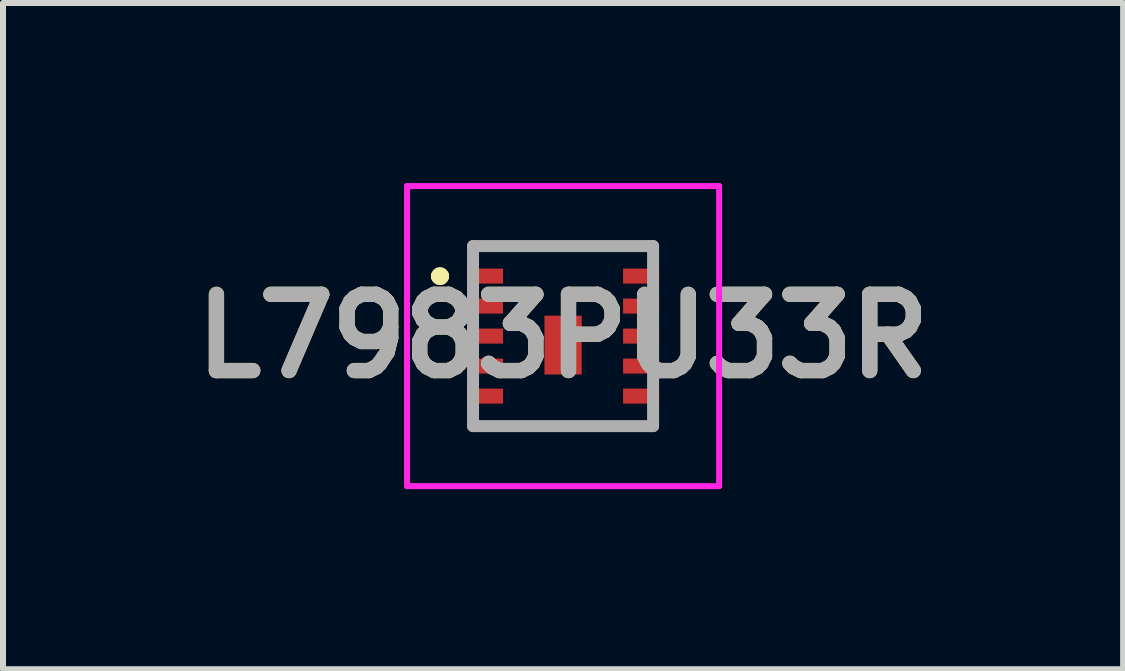
<source format=kicad_pcb>
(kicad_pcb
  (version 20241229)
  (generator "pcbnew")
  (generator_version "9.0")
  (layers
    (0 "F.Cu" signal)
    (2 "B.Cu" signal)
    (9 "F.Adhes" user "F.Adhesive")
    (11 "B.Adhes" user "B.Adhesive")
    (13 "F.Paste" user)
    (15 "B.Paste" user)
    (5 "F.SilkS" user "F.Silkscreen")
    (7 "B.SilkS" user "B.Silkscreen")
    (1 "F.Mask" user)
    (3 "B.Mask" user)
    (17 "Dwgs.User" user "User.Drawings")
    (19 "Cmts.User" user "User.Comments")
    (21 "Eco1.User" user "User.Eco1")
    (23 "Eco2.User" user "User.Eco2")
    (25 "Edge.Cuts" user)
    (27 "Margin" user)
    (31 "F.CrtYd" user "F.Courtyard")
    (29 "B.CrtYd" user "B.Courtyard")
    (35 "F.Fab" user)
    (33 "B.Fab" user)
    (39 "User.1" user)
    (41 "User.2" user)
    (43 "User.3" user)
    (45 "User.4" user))
  (footprint "L7983PU33R"
    (layer "F.Cu")
    (at 6.332 2.55)
    (property "Reference" "L7983PU33R" (at 0 0 0) (layer "F.SilkS") (effects (font (size 1.27 1.27) (thickness 0.254))))
    (attr smd)
    (fp_line (start -2.1 -1) (end -2.1 -1) (stroke (width 0.2) (type solid)) (layer "F.SilkS"))
    (fp_line (start -2.1 -1) (end -2.1 -1) (stroke (width 0.2) (type solid)) (layer "F.SilkS"))
    (fp_line (start -2 -1) (end -2 -1) (stroke (width 0.2) (type solid)) (layer "F.SilkS"))
    (fp_line (start -1.5 -1.5) (end -1.5 -1.5) (stroke (width 0.1) (type solid)) (layer "F.SilkS"))
    (fp_line (start -1.5 -1.5) (end 1.5 -1.5) (stroke (width 0.1) (type solid)) (layer "F.SilkS"))
    (fp_line (start -1.5 1.5) (end -1.5 1.5) (stroke (width 0.1) (type solid)) (layer "F.SilkS"))
    (fp_line (start -1.5 1.5) (end 1.5 1.5) (stroke (width 0.1) (type solid)) (layer "F.SilkS"))
    (fp_line (start 1.5 -1.5) (end -1.5 -1.5) (stroke (width 0.1) (type solid)) (layer "F.SilkS"))
    (fp_line (start 1.5 -1.5) (end 1.5 -1.5) (stroke (width 0.1) (type solid)) (layer "F.SilkS"))
    (fp_line (start 1.5 1.5) (end -1.5 1.5) (stroke (width 0.1) (type solid)) (layer "F.SilkS"))
    (fp_line (start 1.5 1.5) (end 1.5 1.5) (stroke (width 0.1) (type solid)) (layer "F.SilkS"))
    (fp_arc (start -2.1 -1) (mid -2.05 -1.05) (end -2 -1) (stroke (width 0.2) (type solid)) (layer "F.SilkS"))
    (fp_arc (start -2 -1) (mid -2.05 -0.95) (end -2.1 -1) (stroke (width 0.2) (type solid)) (layer "F.SilkS"))
    (fp_arc (start -2 -1) (mid -2.05 -0.95) (end -2.1 -1) (stroke (width 0.2) (type solid)) (layer "F.SilkS"))
    (fp_line (start -2.6 -2.5) (end 2.6 -2.5) (stroke (width 0.1) (type solid)) (layer "F.CrtYd"))
    (fp_line (start -2.6 2.5) (end -2.6 -2.5) (stroke (width 0.1) (type solid)) (layer "F.CrtYd"))
    (fp_line (start 2.6 -2.5) (end 2.6 2.5) (stroke (width 0.1) (type solid)) (layer "F.CrtYd"))
    (fp_line (start 2.6 2.5) (end -2.6 2.5) (stroke (width 0.1) (type solid)) (layer "F.CrtYd"))
    (fp_line (start -1.5 -1.5) (end -1.5 1.5) (stroke (width 0.2) (type solid)) (layer "F.Fab"))
    (fp_line (start -1.5 1.5) (end 1.5 1.5) (stroke (width 0.2) (type solid)) (layer "F.Fab"))
    (fp_line (start 1.5 -1.5) (end -1.5 -1.5) (stroke (width 0.2) (type solid)) (layer "F.Fab"))
    (fp_line (start 1.5 1.5) (end 1.5 -1.5) (stroke (width 0.2) (type solid)) (layer "F.Fab"))
    (fp_text user "${REFERENCE}" (at 0 0 0) (layer "F.Fab") (effects (font (size 1.27 1.27) (thickness 0.254))))
    (pad "1" smd rect (at -1.3 -1 90) (size 0.25 0.6) (layers "F.Cu" "F.Mask" "F.Paste"))
    (pad "2" smd rect (at -1.3 -0.5 90) (size 0.25 0.6) (layers "F.Cu" "F.Mask" "F.Paste"))
    (pad "3" smd rect (at -1.3 0 90) (size 0.25 0.6) (layers "F.Cu" "F.Mask" "F.Paste"))
    (pad "4" smd rect (at -1.3 0.5 90) (size 0.25 0.6) (layers "F.Cu" "F.Mask" "F.Paste"))
    (pad "5" smd rect (at -1.3 1 90) (size 0.25 0.6) (layers "F.Cu" "F.Mask" "F.Paste"))
    (pad "6" smd rect (at 1.3 1 90) (size 0.25 0.6) (layers "F.Cu" "F.Mask" "F.Paste"))
    (pad "7" smd rect (at 1.3 0.5 90) (size 0.25 0.6) (layers "F.Cu" "F.Mask" "F.Paste"))
    (pad "8" smd rect (at 1.3 0 90) (size 0.25 0.6) (layers "F.Cu" "F.Mask" "F.Paste"))
    (pad "9" smd rect (at 1.3 -0.5 90) (size 0.25 0.6) (layers "F.Cu" "F.Mask" "F.Paste"))
    (pad "10" smd rect (at 1.3 -1 90) (size 0.25 0.6) (layers "F.Cu" "F.Mask" "F.Paste"))
    (pad "11" smd rect (at 0 0.15) (size 0.62 0.98) (layers "F.Cu" "F.Mask" "F.Paste")))
  (gr_rect
    (start -3 -3)
    (end 15.664 8.1)
    (stroke (width 0.1) (type default))
    (fill no)
    (layer "Edge.Cuts")))
</source>
